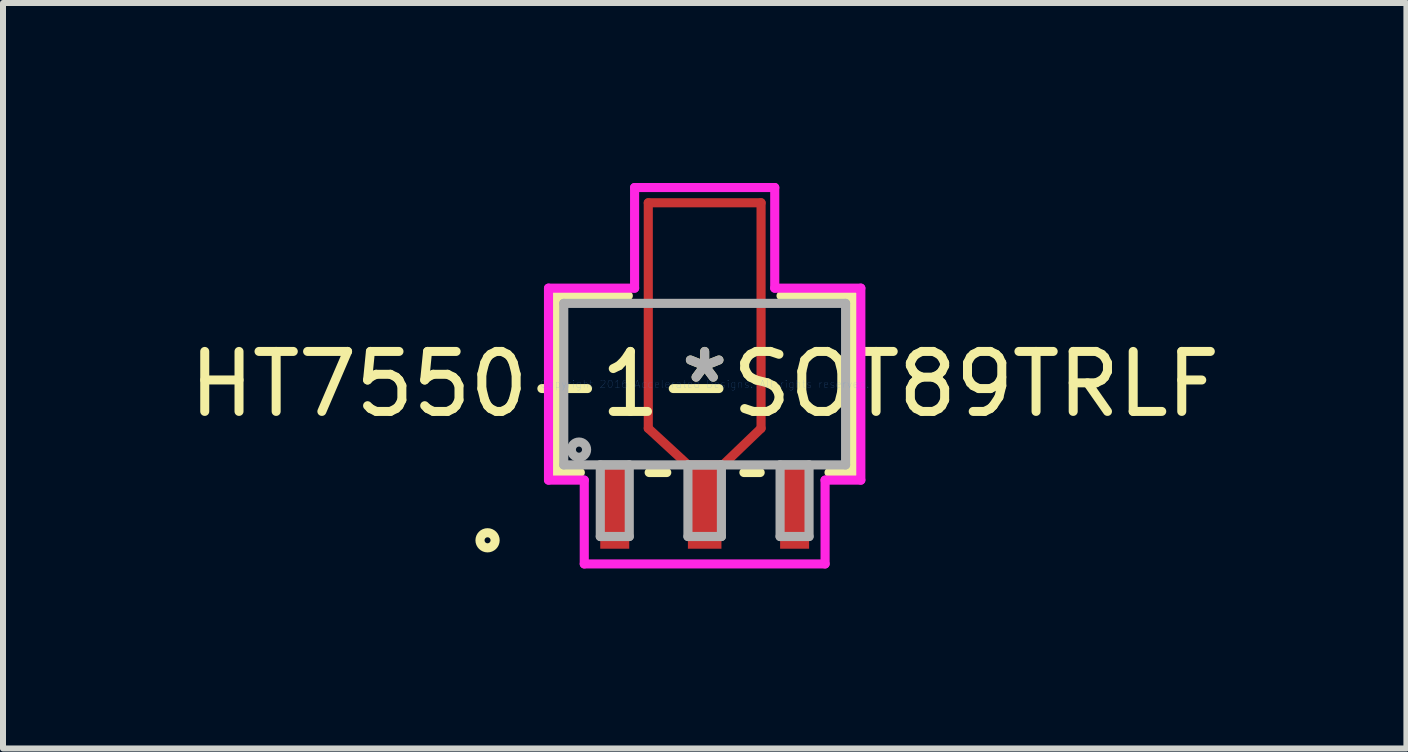
<source format=kicad_pcb>
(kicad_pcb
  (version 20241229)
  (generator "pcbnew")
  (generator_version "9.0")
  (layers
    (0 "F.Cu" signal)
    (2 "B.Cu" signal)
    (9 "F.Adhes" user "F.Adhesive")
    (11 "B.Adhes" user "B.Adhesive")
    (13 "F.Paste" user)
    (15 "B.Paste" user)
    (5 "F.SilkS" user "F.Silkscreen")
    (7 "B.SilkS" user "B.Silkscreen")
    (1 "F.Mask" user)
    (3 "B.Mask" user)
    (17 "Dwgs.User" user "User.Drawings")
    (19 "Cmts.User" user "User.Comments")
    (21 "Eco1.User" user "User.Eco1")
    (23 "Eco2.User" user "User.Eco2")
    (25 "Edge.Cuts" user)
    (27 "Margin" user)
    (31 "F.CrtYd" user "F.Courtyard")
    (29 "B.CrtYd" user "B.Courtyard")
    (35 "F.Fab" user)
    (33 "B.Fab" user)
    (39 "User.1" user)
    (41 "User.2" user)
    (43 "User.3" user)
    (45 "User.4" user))
  (footprint "HT7550-1-SOT89TRLF"
    (layer "F.Cu")
    (at 8.696 3.353)
    (property "Reference" "HT7550-1-SOT89TRLF" (at 0 0 0) (layer "F.SilkS") (effects (font (size 1 1) (thickness 0.15))))
    (attr through_hole)
    (fp_line (start -0.94 -3.023) (end 0.94 -3.023) (stroke (width 0.152) (type solid)) (layer "F.Cu"))
    (fp_line (start -0.94 0.737) (end -0.94 -3.023) (stroke (width 0.152) (type solid)) (layer "F.Cu"))
    (fp_line (start -0.279 1.346) (end -0.94 0.737) (stroke (width 0.152) (type solid)) (layer "F.Cu"))
    (fp_line (start -0.279 1.346) (end -0.279 1.346) (stroke (width 0.152) (type solid)) (layer "F.Cu"))
    (fp_line (start 0.279 1.346) (end -0.279 1.346) (stroke (width 0.152) (type solid)) (layer "F.Cu"))
    (fp_line (start 0.279 1.372) (end 0.279 1.346) (stroke (width 0.152) (type solid)) (layer "F.Cu"))
    (fp_line (start 0.94 -3.023) (end 0.94 0.737) (stroke (width 0.152) (type solid)) (layer "F.Cu"))
    (fp_line (start 0.94 0.737) (end 0.279 1.372) (stroke (width 0.152) (type solid)) (layer "F.Cu"))
    (fp_line (start -0.914 -2.87) (end 0.914 -2.87) (stroke (width 0.152) (type solid)) (layer "F.Mask"))
    (fp_line (start -0.914 0.711) (end -0.914 -2.87) (stroke (width 0.152) (type solid)) (layer "F.Mask"))
    (fp_line (start -0.279 1.346) (end -0.914 0.711) (stroke (width 0.152) (type solid)) (layer "F.Mask"))
    (fp_line (start -0.279 1.346) (end -0.279 1.346) (stroke (width 0.152) (type solid)) (layer "F.Mask"))
    (fp_line (start 0.279 1.346) (end -0.279 1.346) (stroke (width 0.152) (type solid)) (layer "F.Mask"))
    (fp_line (start 0.279 1.346) (end 0.279 1.346) (stroke (width 0.152) (type solid)) (layer "F.Mask"))
    (fp_line (start 0.914 -2.87) (end 0.914 0.711) (stroke (width 0.152) (type solid)) (layer "F.Mask"))
    (fp_line (start 0.914 0.711) (end 0.279 1.346) (stroke (width 0.152) (type solid)) (layer "F.Mask"))
    (fp_line (start -2.477 -1.473) (end -2.477 1.473) (stroke (width 0.152) (type solid)) (layer "F.SilkS"))
    (fp_line (start -2.477 1.473) (end -2.073 1.473) (stroke (width 0.152) (type solid)) (layer "F.SilkS"))
    (fp_line (start -1.273 -1.473) (end -2.477 -1.473) (stroke (width 0.152) (type solid)) (layer "F.SilkS"))
    (fp_line (start -0.925 1.473) (end -0.632 1.473) (stroke (width 0.152) (type solid)) (layer "F.SilkS"))
    (fp_line (start 0.654 1.473) (end 0.925 1.473) (stroke (width 0.152) (type solid)) (layer "F.SilkS"))
    (fp_line (start 2.073 1.473) (end 2.477 1.473) (stroke (width 0.152) (type solid)) (layer "F.SilkS"))
    (fp_line (start 2.477 -1.473) (end 1.273 -1.473) (stroke (width 0.152) (type solid)) (layer "F.SilkS"))
    (fp_line (start 2.477 1.473) (end 2.477 -1.473) (stroke (width 0.152) (type solid)) (layer "F.SilkS"))
    (fp_circle (center -3.619 2.603) (end -3.493 2.603) (stroke (width 0.152) (type solid)) (fill no) (layer "F.SilkS"))
    (fp_line (start -0.914 -2.87) (end 0.914 -2.87) (stroke (width 0.152) (type solid)) (layer "F.Paste"))
    (fp_line (start -0.914 0.711) (end -0.914 -2.87) (stroke (width 0.152) (type solid)) (layer "F.Paste"))
    (fp_line (start -0.279 1.346) (end -0.914 0.711) (stroke (width 0.152) (type solid)) (layer "F.Paste"))
    (fp_line (start -0.279 1.346) (end -0.279 1.346) (stroke (width 0.152) (type solid)) (layer "F.Paste"))
    (fp_line (start 0.279 1.346) (end -0.279 1.346) (stroke (width 0.152) (type solid)) (layer "F.Paste"))
    (fp_line (start 0.279 1.346) (end 0.279 1.346) (stroke (width 0.152) (type solid)) (layer "F.Paste"))
    (fp_line (start 0.914 -2.87) (end 0.914 0.711) (stroke (width 0.152) (type solid)) (layer "F.Paste"))
    (fp_line (start 0.914 0.711) (end 0.279 1.346) (stroke (width 0.152) (type solid)) (layer "F.Paste"))
    (fp_line (start -2.603 -1.6) (end -1.168 -1.6) (stroke (width 0.152) (type solid)) (layer "F.CrtYd"))
    (fp_line (start -2.603 1.6) (end -2.603 -1.6) (stroke (width 0.152) (type solid)) (layer "F.CrtYd"))
    (fp_line (start -2.007 1.6) (end -2.603 1.6) (stroke (width 0.152) (type solid)) (layer "F.CrtYd"))
    (fp_line (start -2.007 2.997) (end -2.007 1.6) (stroke (width 0.152) (type solid)) (layer "F.CrtYd"))
    (fp_line (start -1.168 -3.277) (end 1.168 -3.277) (stroke (width 0.152) (type solid)) (layer "F.CrtYd"))
    (fp_line (start -1.168 -1.6) (end -1.168 -3.277) (stroke (width 0.152) (type solid)) (layer "F.CrtYd"))
    (fp_line (start 1.168 -3.277) (end 1.168 -1.6) (stroke (width 0.152) (type solid)) (layer "F.CrtYd"))
    (fp_line (start 1.168 -1.6) (end 2.603 -1.6) (stroke (width 0.152) (type solid)) (layer "F.CrtYd"))
    (fp_line (start 2.007 1.6) (end 2.007 2.997) (stroke (width 0.152) (type solid)) (layer "F.CrtYd"))
    (fp_line (start 2.007 2.997) (end -2.007 2.997) (stroke (width 0.152) (type solid)) (layer "F.CrtYd"))
    (fp_line (start 2.603 -1.6) (end 2.603 1.6) (stroke (width 0.152) (type solid)) (layer "F.CrtYd"))
    (fp_line (start 2.603 1.6) (end 2.007 1.6) (stroke (width 0.152) (type solid)) (layer "F.CrtYd"))
    (fp_line (start -2.349 -1.346) (end -2.349 1.346) (stroke (width 0.152) (type solid)) (layer "F.Fab"))
    (fp_line (start -2.349 1.346) (end 2.349 1.346) (stroke (width 0.152) (type solid)) (layer "F.Fab"))
    (fp_line (start -1.74 1.346) (end -1.74 2.54) (stroke (width 0.152) (type solid)) (layer "F.Fab"))
    (fp_line (start -1.74 2.54) (end -1.257 2.54) (stroke (width 0.152) (type solid)) (layer "F.Fab"))
    (fp_line (start -1.257 1.346) (end -1.74 1.346) (stroke (width 0.152) (type solid)) (layer "F.Fab"))
    (fp_line (start -1.257 2.54) (end -1.257 1.346) (stroke (width 0.152) (type solid)) (layer "F.Fab"))
    (fp_line (start -0.279 1.346) (end -0.279 2.54) (stroke (width 0.152) (type solid)) (layer "F.Fab"))
    (fp_line (start -0.279 2.54) (end 0.279 2.54) (stroke (width 0.152) (type solid)) (layer "F.Fab"))
    (fp_line (start 0.279 1.346) (end -0.279 1.346) (stroke (width 0.152) (type solid)) (layer "F.Fab"))
    (fp_line (start 0.279 2.54) (end 0.279 1.346) (stroke (width 0.152) (type solid)) (layer "F.Fab"))
    (fp_line (start 1.257 1.346) (end 1.257 2.54) (stroke (width 0.152) (type solid)) (layer "F.Fab"))
    (fp_line (start 1.257 2.54) (end 1.74 2.54) (stroke (width 0.152) (type solid)) (layer "F.Fab"))
    (fp_line (start 1.74 1.346) (end 1.257 1.346) (stroke (width 0.152) (type solid)) (layer "F.Fab"))
    (fp_line (start 1.74 2.54) (end 1.74 1.346) (stroke (width 0.152) (type solid)) (layer "F.Fab"))
    (fp_line (start 2.349 -1.346) (end -2.349 -1.346) (stroke (width 0.152) (type solid)) (layer "F.Fab"))
    (fp_line (start 2.349 1.346) (end 2.349 -1.346) (stroke (width 0.152) (type solid)) (layer "F.Fab"))
    (fp_circle (center -2.095 1.092) (end -1.968 1.092) (stroke (width 0.152) (type solid)) (fill no) (layer "F.Fab"))
    (fp_text user "*" (at 0 0 0) (layer "F.SilkS") (effects (font (size 1 1) (thickness 0.15))))
    (fp_text user "Copyright 2016 Accelerated Designs. All rights reserved." (at 0 0 0) (layer "Cmts.User") (effects (font (size 0.127 0.127) (thickness 0.002))))
    (fp_text user "*" (at 0 0 0) (layer "F.Fab") (effects (font (size 1 1) (thickness 0.15))))
    (pad "1" smd rect (at -1.499 2.045) (size 0.483 1.397) (layers "F.Cu" "F.Mask" "F.Paste"))
    (pad "2" smd rect (at 0 2.045) (size 0.559 1.397) (layers "F.Cu" "F.Mask" "F.Paste"))
    (pad "3" smd rect (at 1.499 2.045) (size 0.483 1.397) (layers "F.Cu" "F.Mask" "F.Paste")))
  (gr_rect
    (start -3 -3)
    (end 20.393 9.426)
    (stroke (width 0.1) (type default))
    (fill no)
    (layer "Edge.Cuts")))
</source>
